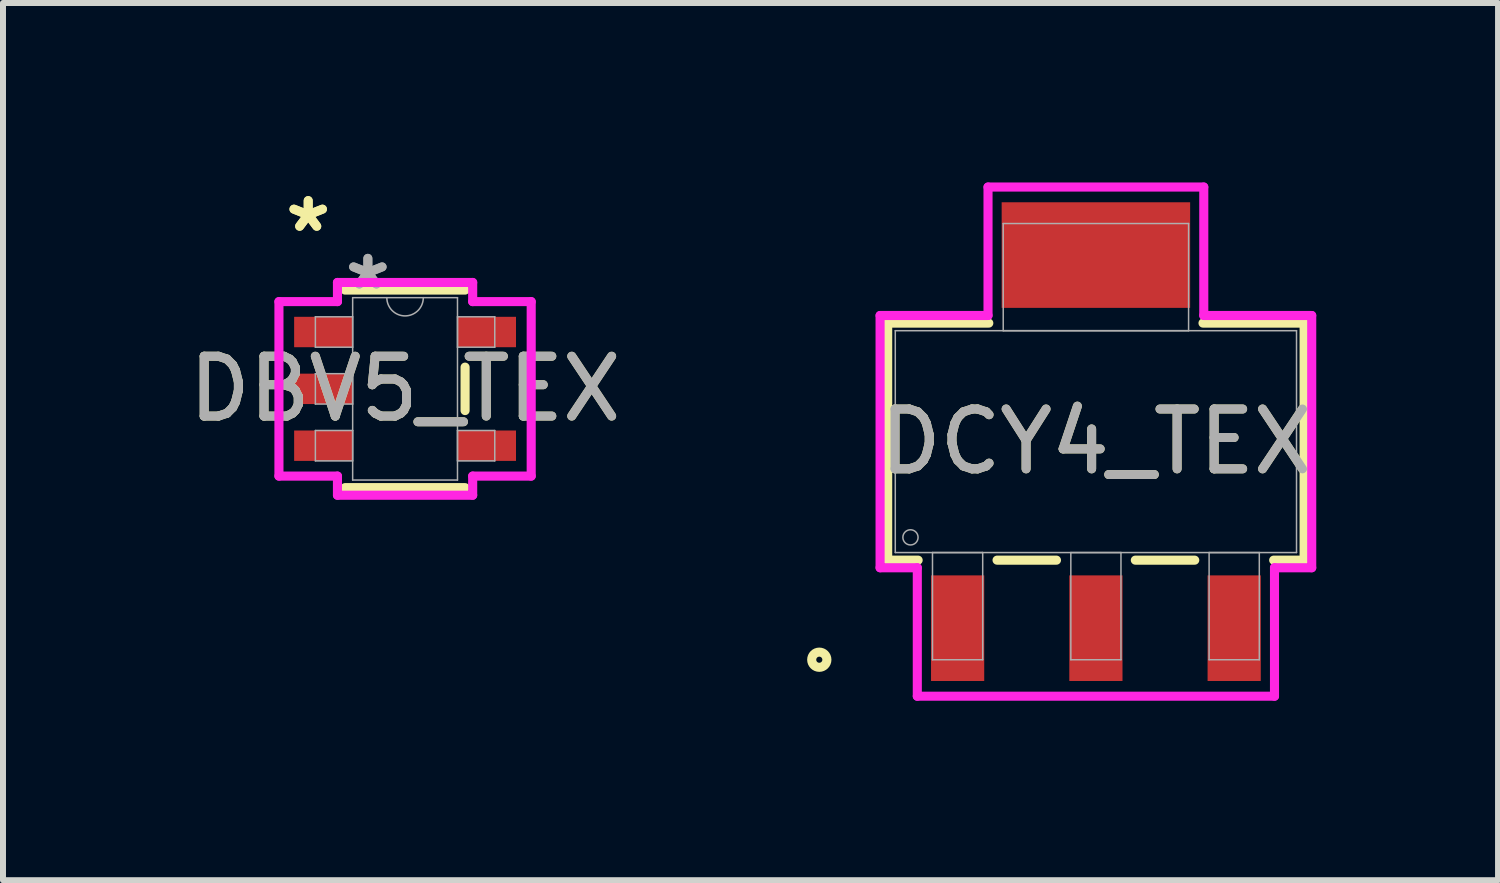
<source format=kicad_pcb>
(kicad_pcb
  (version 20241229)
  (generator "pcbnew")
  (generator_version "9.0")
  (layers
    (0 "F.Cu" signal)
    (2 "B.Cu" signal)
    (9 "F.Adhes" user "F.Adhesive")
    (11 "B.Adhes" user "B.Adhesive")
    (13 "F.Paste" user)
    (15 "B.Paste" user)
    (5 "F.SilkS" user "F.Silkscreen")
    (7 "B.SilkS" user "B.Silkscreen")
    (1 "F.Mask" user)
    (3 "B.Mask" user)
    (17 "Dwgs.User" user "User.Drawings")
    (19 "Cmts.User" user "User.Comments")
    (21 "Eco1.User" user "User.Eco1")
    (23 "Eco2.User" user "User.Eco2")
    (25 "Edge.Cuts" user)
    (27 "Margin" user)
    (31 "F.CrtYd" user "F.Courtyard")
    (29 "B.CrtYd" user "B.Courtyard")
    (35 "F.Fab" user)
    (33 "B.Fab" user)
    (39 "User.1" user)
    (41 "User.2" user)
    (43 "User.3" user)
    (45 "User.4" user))
  (footprint "DBV5_TEX"
    (layer "F.Cu")
    (at 3.72 3.449)
    (property "Reference" "DBV5_TEX" (at 0 0 0) (unlocked yes) (layer "F.SilkS") (effects (font (size 1 1) (thickness 0.15))))
    (attr smd)
    (fp_line (start -1.003 1.651) (end 1.003 1.651) (stroke (width 0.152) (type solid)) (layer "F.SilkS"))
    (fp_line (start 1.003 -1.651) (end -1.003 -1.651) (stroke (width 0.152) (type solid)) (layer "F.SilkS"))
    (fp_line (start 1.003 0.363) (end 1.003 -0.363) (stroke (width 0.152) (type solid)) (layer "F.SilkS"))
    (fp_line (start -2.108 -1.458) (end -1.13 -1.458) (stroke (width 0.152) (type solid)) (layer "F.CrtYd"))
    (fp_line (start -2.108 1.458) (end -2.108 -1.458) (stroke (width 0.152) (type solid)) (layer "F.CrtYd"))
    (fp_line (start -1.13 -1.778) (end 1.13 -1.778) (stroke (width 0.152) (type solid)) (layer "F.CrtYd"))
    (fp_line (start -1.13 -1.458) (end -1.13 -1.778) (stroke (width 0.152) (type solid)) (layer "F.CrtYd"))
    (fp_line (start -1.13 1.458) (end -2.108 1.458) (stroke (width 0.152) (type solid)) (layer "F.CrtYd"))
    (fp_line (start -1.13 1.778) (end -1.13 1.458) (stroke (width 0.152) (type solid)) (layer "F.CrtYd"))
    (fp_line (start 1.13 -1.778) (end 1.13 -1.458) (stroke (width 0.152) (type solid)) (layer "F.CrtYd"))
    (fp_line (start 1.13 -1.458) (end 2.108 -1.458) (stroke (width 0.152) (type solid)) (layer "F.CrtYd"))
    (fp_line (start 1.13 1.458) (end 1.13 1.778) (stroke (width 0.152) (type solid)) (layer "F.CrtYd"))
    (fp_line (start 1.13 1.778) (end -1.13 1.778) (stroke (width 0.152) (type solid)) (layer "F.CrtYd"))
    (fp_line (start 2.108 -1.458) (end 2.108 1.458) (stroke (width 0.152) (type solid)) (layer "F.CrtYd"))
    (fp_line (start 2.108 1.458) (end 1.13 1.458) (stroke (width 0.152) (type solid)) (layer "F.CrtYd"))
    (fp_line (start -1.499 -1.204) (end -1.499 -0.696) (stroke (width 0.025) (type solid)) (layer "F.Fab"))
    (fp_line (start -1.499 -0.696) (end -0.876 -0.696) (stroke (width 0.025) (type solid)) (layer "F.Fab"))
    (fp_line (start -1.499 -0.254) (end -1.499 0.254) (stroke (width 0.025) (type solid)) (layer "F.Fab"))
    (fp_line (start -1.499 0.254) (end -0.876 0.254) (stroke (width 0.025) (type solid)) (layer "F.Fab"))
    (fp_line (start -1.499 0.696) (end -1.499 1.204) (stroke (width 0.025) (type solid)) (layer "F.Fab"))
    (fp_line (start -1.499 1.204) (end -0.876 1.204) (stroke (width 0.025) (type solid)) (layer "F.Fab"))
    (fp_line (start -0.876 -1.524) (end -0.876 1.524) (stroke (width 0.025) (type solid)) (layer "F.Fab"))
    (fp_line (start -0.876 -1.204) (end -1.499 -1.204) (stroke (width 0.025) (type solid)) (layer "F.Fab"))
    (fp_line (start -0.876 -0.696) (end -0.876 -1.204) (stroke (width 0.025) (type solid)) (layer "F.Fab"))
    (fp_line (start -0.876 -0.254) (end -1.499 -0.254) (stroke (width 0.025) (type solid)) (layer "F.Fab"))
    (fp_line (start -0.876 0.254) (end -0.876 -0.254) (stroke (width 0.025) (type solid)) (layer "F.Fab"))
    (fp_line (start -0.876 0.696) (end -1.499 0.696) (stroke (width 0.025) (type solid)) (layer "F.Fab"))
    (fp_line (start -0.876 1.204) (end -0.876 0.696) (stroke (width 0.025) (type solid)) (layer "F.Fab"))
    (fp_line (start -0.876 1.524) (end 0.876 1.524) (stroke (width 0.025) (type solid)) (layer "F.Fab"))
    (fp_line (start 0.876 -1.524) (end -0.876 -1.524) (stroke (width 0.025) (type solid)) (layer "F.Fab"))
    (fp_line (start 0.876 -1.204) (end 0.876 -0.696) (stroke (width 0.025) (type solid)) (layer "F.Fab"))
    (fp_line (start 0.876 -0.696) (end 1.499 -0.696) (stroke (width 0.025) (type solid)) (layer "F.Fab"))
    (fp_line (start 0.876 0.696) (end 0.876 1.204) (stroke (width 0.025) (type solid)) (layer "F.Fab"))
    (fp_line (start 0.876 1.204) (end 1.499 1.204) (stroke (width 0.025) (type solid)) (layer "F.Fab"))
    (fp_line (start 0.876 1.524) (end 0.876 -1.524) (stroke (width 0.025) (type solid)) (layer "F.Fab"))
    (fp_line (start 1.499 -1.204) (end 0.876 -1.204) (stroke (width 0.025) (type solid)) (layer "F.Fab"))
    (fp_line (start 1.499 -0.696) (end 1.499 -1.204) (stroke (width 0.025) (type solid)) (layer "F.Fab"))
    (fp_line (start 1.499 0.696) (end 0.876 0.696) (stroke (width 0.025) (type solid)) (layer "F.Fab"))
    (fp_line (start 1.499 1.204) (end 1.499 0.696) (stroke (width 0.025) (type solid)) (layer "F.Fab"))
    (fp_arc (start 0.3048 -1.524) (mid 0 -1.2192) (end -0.3048 -1.524) (stroke (width 0.0254) (type solid)) (layer "F.Fab"))
    (fp_text user "*" (at -1.619 -2.601 0) (unlocked yes) (layer "F.SilkS") (effects (font (size 1 1) (thickness 0.15))))
    (fp_text user "*" (at -1.619 -2.601 0) (layer "F.SilkS") (effects (font (size 1 1) (thickness 0.15))))
    (fp_text user "${REFERENCE}" (at 0 0 0) (unlocked yes) (layer "F.Fab") (effects (font (size 1 1) (thickness 0.15))))
    (fp_text user "*" (at -0.622 -1.636 0) (unlocked yes) (layer "F.Fab") (effects (font (size 1 1) (thickness 0.15))))
    (fp_text user "*" (at -0.622 -1.636 0) (layer "F.Fab") (effects (font (size 1 1) (thickness 0.15))))
    (pad "1" smd rect (at -1.365 -0.95) (size 0.978 0.508) (layers "F.Cu" "F.Mask" "F.Paste"))
    (pad "2" smd rect (at -1.365 0) (size 0.978 0.508) (layers "F.Cu" "F.Mask" "F.Paste"))
    (pad "3" smd rect (at -1.365 0.95) (size 0.978 0.508) (layers "F.Cu" "F.Mask" "F.Paste"))
    (pad "4" smd rect (at 1.365 0.95) (size 0.978 0.508) (layers "F.Cu" "F.Mask" "F.Paste"))
    (pad "5" smd rect (at 1.365 -0.95) (size 0.978 0.508) (layers "F.Cu" "F.Mask" "F.Paste")))
  (footprint "DCY4_TEX"
    (layer "F.Cu")
    (at 15.266 4.331)
    (property "Reference" "DCY4_TEX" (at 0 0 0) (unlocked yes) (layer "F.SilkS") (effects (font (size 1 1) (thickness 0.15))))
    (attr smd)
    (fp_line (start -3.48 -1.981) (end -3.48 1.981) (stroke (width 0.152) (type solid)) (layer "F.SilkS"))
    (fp_line (start -3.48 1.981) (end -2.971 1.981) (stroke (width 0.152) (type solid)) (layer "F.SilkS"))
    (fp_line (start -1.79 -1.981) (end -3.48 -1.981) (stroke (width 0.152) (type solid)) (layer "F.SilkS"))
    (fp_line (start -1.652 1.981) (end -0.659 1.981) (stroke (width 0.152) (type solid)) (layer "F.SilkS"))
    (fp_line (start 0.659 1.981) (end 1.652 1.981) (stroke (width 0.152) (type solid)) (layer "F.SilkS"))
    (fp_line (start 2.971 1.981) (end 3.48 1.981) (stroke (width 0.152) (type solid)) (layer "F.SilkS"))
    (fp_line (start 3.48 -1.981) (end 1.79 -1.981) (stroke (width 0.152) (type solid)) (layer "F.SilkS"))
    (fp_line (start 3.48 1.981) (end 3.48 -1.981) (stroke (width 0.152) (type solid)) (layer "F.SilkS"))
    (fp_circle (center -4.623 3.645) (end -4.496 3.645) (stroke (width 0.152) (type solid)) (fill no) (layer "F.SilkS"))
    (fp_line (start -3.607 -2.108) (end -1.803 -2.108) (stroke (width 0.152) (type solid)) (layer "F.CrtYd"))
    (fp_line (start -3.607 2.108) (end -3.607 -2.108) (stroke (width 0.152) (type solid)) (layer "F.CrtYd"))
    (fp_line (start -2.985 2.108) (end -3.607 2.108) (stroke (width 0.152) (type solid)) (layer "F.CrtYd"))
    (fp_line (start -2.985 4.255) (end -2.985 2.108) (stroke (width 0.152) (type solid)) (layer "F.CrtYd"))
    (fp_line (start -1.803 -4.255) (end 1.803 -4.255) (stroke (width 0.152) (type solid)) (layer "F.CrtYd"))
    (fp_line (start -1.803 -2.108) (end -1.803 -4.255) (stroke (width 0.152) (type solid)) (layer "F.CrtYd"))
    (fp_line (start 1.803 -4.255) (end 1.803 -2.108) (stroke (width 0.152) (type solid)) (layer "F.CrtYd"))
    (fp_line (start 1.803 -2.108) (end 3.607 -2.108) (stroke (width 0.152) (type solid)) (layer "F.CrtYd"))
    (fp_line (start 2.985 2.108) (end 2.985 4.255) (stroke (width 0.152) (type solid)) (layer "F.CrtYd"))
    (fp_line (start 2.985 4.255) (end -2.985 4.255) (stroke (width 0.152) (type solid)) (layer "F.CrtYd"))
    (fp_line (start 3.607 -2.108) (end 3.607 2.108) (stroke (width 0.152) (type solid)) (layer "F.CrtYd"))
    (fp_line (start 3.607 2.108) (end 2.985 2.108) (stroke (width 0.152) (type solid)) (layer "F.CrtYd"))
    (fp_line (start -3.353 -1.854) (end -3.353 1.854) (stroke (width 0.025) (type solid)) (layer "F.Fab"))
    (fp_line (start -3.353 1.854) (end 3.353 1.854) (stroke (width 0.025) (type solid)) (layer "F.Fab"))
    (fp_line (start -2.731 1.854) (end -2.731 3.645) (stroke (width 0.025) (type solid)) (layer "F.Fab"))
    (fp_line (start -2.731 3.645) (end -1.892 3.645) (stroke (width 0.025) (type solid)) (layer "F.Fab"))
    (fp_line (start -1.892 1.854) (end -2.731 1.854) (stroke (width 0.025) (type solid)) (layer "F.Fab"))
    (fp_line (start -1.892 3.645) (end -1.892 1.854) (stroke (width 0.025) (type solid)) (layer "F.Fab"))
    (fp_line (start -1.549 -3.645) (end -1.549 -1.854) (stroke (width 0.025) (type solid)) (layer "F.Fab"))
    (fp_line (start -1.549 -1.854) (end 1.549 -1.854) (stroke (width 0.025) (type solid)) (layer "F.Fab"))
    (fp_line (start -0.419 1.854) (end -0.419 3.645) (stroke (width 0.025) (type solid)) (layer "F.Fab"))
    (fp_line (start -0.419 3.645) (end 0.419 3.645) (stroke (width 0.025) (type solid)) (layer "F.Fab"))
    (fp_line (start 0.419 1.854) (end -0.419 1.854) (stroke (width 0.025) (type solid)) (layer "F.Fab"))
    (fp_line (start 0.419 3.645) (end 0.419 1.854) (stroke (width 0.025) (type solid)) (layer "F.Fab"))
    (fp_line (start 1.549 -3.645) (end -1.549 -3.645) (stroke (width 0.025) (type solid)) (layer "F.Fab"))
    (fp_line (start 1.549 -1.854) (end 1.549 -3.645) (stroke (width 0.025) (type solid)) (layer "F.Fab"))
    (fp_line (start 1.892 1.854) (end 1.892 3.645) (stroke (width 0.025) (type solid)) (layer "F.Fab"))
    (fp_line (start 1.892 3.645) (end 2.731 3.645) (stroke (width 0.025) (type solid)) (layer "F.Fab"))
    (fp_line (start 2.731 1.854) (end 1.892 1.854) (stroke (width 0.025) (type solid)) (layer "F.Fab"))
    (fp_line (start 2.731 3.645) (end 2.731 1.854) (stroke (width 0.025) (type solid)) (layer "F.Fab"))
    (fp_line (start 3.353 -1.854) (end -3.353 -1.854) (stroke (width 0.025) (type solid)) (layer "F.Fab"))
    (fp_line (start 3.353 1.854) (end 3.353 -1.854) (stroke (width 0.025) (type solid)) (layer "F.Fab"))
    (fp_circle (center -3.099 1.6) (end -2.972 1.6) (stroke (width 0.025) (type solid)) (fill no) (layer "F.Fab"))
    (fp_text user "${REFERENCE}" (at 0 0 0) (unlocked yes) (layer "F.Fab") (effects (font (size 1 1) (thickness 0.15))))
    (pad "1" smd rect (at -2.311 3.118) (size 0.889 1.765) (layers "F.Cu" "F.Mask" "F.Paste"))
    (pad "2" smd rect (at 0 3.118) (size 0.889 1.765) (layers "F.Cu" "F.Mask" "F.Paste"))
    (pad "3" smd rect (at 2.311 3.118) (size 0.889 1.765) (layers "F.Cu" "F.Mask" "F.Paste"))
    (pad "4" smd rect (at 0 -3.118) (size 3.15 1.765) (layers "F.Cu" "F.Mask" "F.Paste")))
  (gr_rect
    (start -3 -3)
    (end 21.987 11.661)
    (stroke (width 0.1) (type default))
    (fill no)
    (layer "Edge.Cuts")))
</source>
